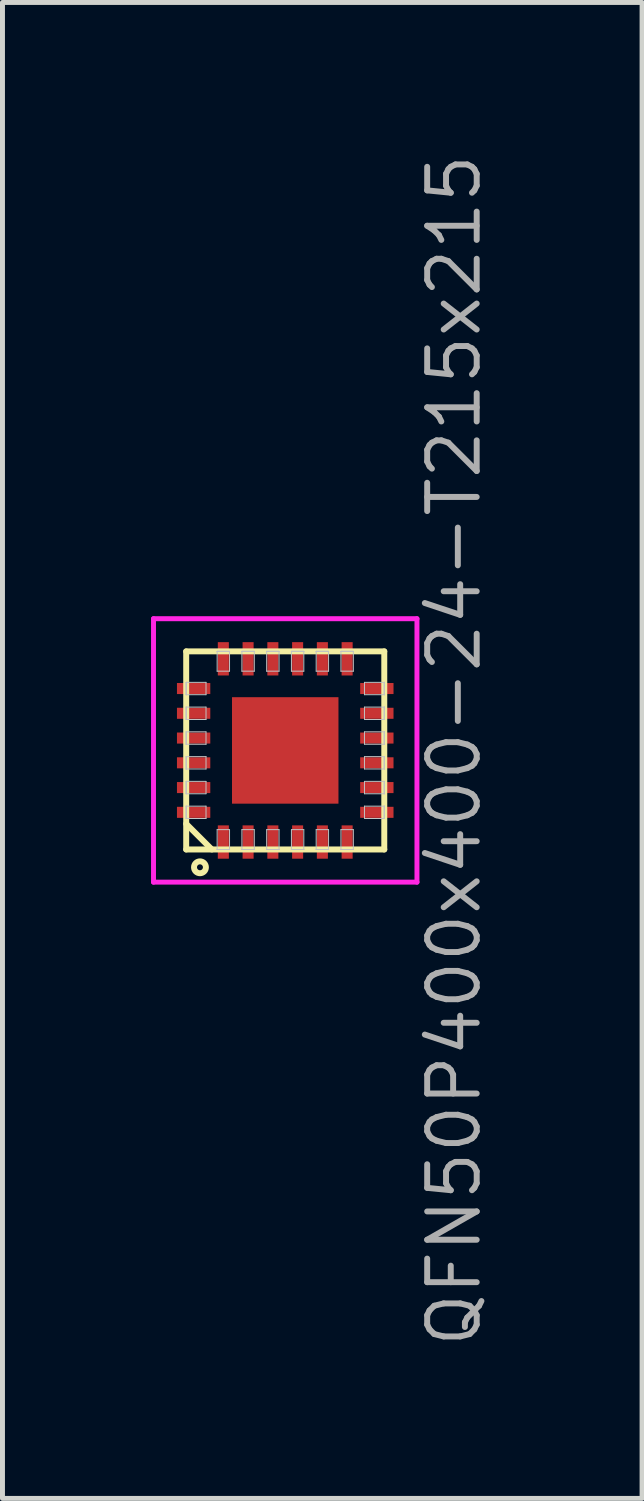
<source format=kicad_pcb>
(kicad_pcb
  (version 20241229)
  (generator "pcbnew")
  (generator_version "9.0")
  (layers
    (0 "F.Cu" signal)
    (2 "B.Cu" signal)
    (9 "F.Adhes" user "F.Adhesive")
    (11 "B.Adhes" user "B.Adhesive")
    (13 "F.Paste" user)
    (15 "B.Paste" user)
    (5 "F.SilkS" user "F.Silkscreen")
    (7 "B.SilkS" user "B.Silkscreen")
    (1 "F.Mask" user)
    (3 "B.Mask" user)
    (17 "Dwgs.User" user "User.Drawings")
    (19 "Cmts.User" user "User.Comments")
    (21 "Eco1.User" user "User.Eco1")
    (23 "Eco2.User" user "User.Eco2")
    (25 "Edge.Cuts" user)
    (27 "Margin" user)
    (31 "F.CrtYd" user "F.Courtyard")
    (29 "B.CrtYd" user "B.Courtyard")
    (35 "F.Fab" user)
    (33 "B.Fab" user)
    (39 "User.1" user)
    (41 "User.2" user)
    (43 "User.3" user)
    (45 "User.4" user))
  (footprint "QFN50P400x400-24-T215x215"
    (layer "F.Cu")
    (at 2.71 12.104)
    (property "Reference" "QFN50P400x400-24-T215x215" (at 3.41 0 90) (layer "F.Fab") (effects (font (size 1 1) (thickness 0.12))))
    (attr through_hole)
    (fp_line (start -2 -2) (end -2 2) (stroke (width 0.12) (type solid)) (layer "F.SilkS"))
    (fp_line (start -2 1.482) (end -1.482 2) (stroke (width 0.12) (type solid)) (layer "F.SilkS"))
    (fp_line (start -2 2) (end 2 2) (stroke (width 0.12) (type solid)) (layer "F.SilkS"))
    (fp_line (start 2 -2) (end -2 -2) (stroke (width 0.12) (type solid)) (layer "F.SilkS"))
    (fp_line (start 2 2) (end 2 -2) (stroke (width 0.12) (type solid)) (layer "F.SilkS"))
    (fp_circle (center -1.722 2.36) (end -1.602 2.36) (stroke (width 0.12) (type solid)) (fill no) (layer "F.SilkS"))
    (fp_line (start -2 -1.375) (end -2 -1.375) (stroke (width 0.02) (type solid)) (layer "Dwgs.User"))
    (fp_line (start -2 -1.375) (end -2 -1.125) (stroke (width 0.02) (type solid)) (layer "Dwgs.User"))
    (fp_line (start -2 -1.375) (end -1.6 -1.375) (stroke (width 0.02) (type solid)) (layer "Dwgs.User"))
    (fp_line (start -2 -1.125) (end -2 -1.375) (stroke (width 0.02) (type solid)) (layer "Dwgs.User"))
    (fp_line (start -2 -1.125) (end -2 -1.375) (stroke (width 0.02) (type solid)) (layer "Dwgs.User"))
    (fp_line (start -2 -1.125) (end -2 -1.125) (stroke (width 0.02) (type solid)) (layer "Dwgs.User"))
    (fp_line (start -2 -0.875) (end -2 -0.875) (stroke (width 0.02) (type solid)) (layer "Dwgs.User"))
    (fp_line (start -2 -0.875) (end -2 -0.625) (stroke (width 0.02) (type solid)) (layer "Dwgs.User"))
    (fp_line (start -2 -0.875) (end -1.6 -0.875) (stroke (width 0.02) (type solid)) (layer "Dwgs.User"))
    (fp_line (start -2 -0.625) (end -2 -0.875) (stroke (width 0.02) (type solid)) (layer "Dwgs.User"))
    (fp_line (start -2 -0.625) (end -2 -0.875) (stroke (width 0.02) (type solid)) (layer "Dwgs.User"))
    (fp_line (start -2 -0.625) (end -2 -0.625) (stroke (width 0.02) (type solid)) (layer "Dwgs.User"))
    (fp_line (start -2 -0.375) (end -2 -0.375) (stroke (width 0.02) (type solid)) (layer "Dwgs.User"))
    (fp_line (start -2 -0.375) (end -2 -0.125) (stroke (width 0.02) (type solid)) (layer "Dwgs.User"))
    (fp_line (start -2 -0.375) (end -1.6 -0.375) (stroke (width 0.02) (type solid)) (layer "Dwgs.User"))
    (fp_line (start -2 -0.125) (end -2 -0.375) (stroke (width 0.02) (type solid)) (layer "Dwgs.User"))
    (fp_line (start -2 -0.125) (end -2 -0.375) (stroke (width 0.02) (type solid)) (layer "Dwgs.User"))
    (fp_line (start -2 -0.125) (end -2 -0.125) (stroke (width 0.02) (type solid)) (layer "Dwgs.User"))
    (fp_line (start -2 0.125) (end -2 0.125) (stroke (width 0.02) (type solid)) (layer "Dwgs.User"))
    (fp_line (start -2 0.125) (end -2 0.375) (stroke (width 0.02) (type solid)) (layer "Dwgs.User"))
    (fp_line (start -2 0.125) (end -1.6 0.125) (stroke (width 0.02) (type solid)) (layer "Dwgs.User"))
    (fp_line (start -2 0.375) (end -2 0.125) (stroke (width 0.02) (type solid)) (layer "Dwgs.User"))
    (fp_line (start -2 0.375) (end -2 0.125) (stroke (width 0.02) (type solid)) (layer "Dwgs.User"))
    (fp_line (start -2 0.375) (end -2 0.375) (stroke (width 0.02) (type solid)) (layer "Dwgs.User"))
    (fp_line (start -2 0.625) (end -2 0.625) (stroke (width 0.02) (type solid)) (layer "Dwgs.User"))
    (fp_line (start -2 0.625) (end -2 0.875) (stroke (width 0.02) (type solid)) (layer "Dwgs.User"))
    (fp_line (start -2 0.625) (end -1.6 0.625) (stroke (width 0.02) (type solid)) (layer "Dwgs.User"))
    (fp_line (start -2 0.875) (end -2 0.625) (stroke (width 0.02) (type solid)) (layer "Dwgs.User"))
    (fp_line (start -2 0.875) (end -2 0.625) (stroke (width 0.02) (type solid)) (layer "Dwgs.User"))
    (fp_line (start -2 0.875) (end -2 0.875) (stroke (width 0.02) (type solid)) (layer "Dwgs.User"))
    (fp_line (start -2 1.125) (end -2 1.125) (stroke (width 0.02) (type solid)) (layer "Dwgs.User"))
    (fp_line (start -2 1.125) (end -2 1.375) (stroke (width 0.02) (type solid)) (layer "Dwgs.User"))
    (fp_line (start -2 1.125) (end -1.6 1.125) (stroke (width 0.02) (type solid)) (layer "Dwgs.User"))
    (fp_line (start -2 1.375) (end -2 1.125) (stroke (width 0.02) (type solid)) (layer "Dwgs.User"))
    (fp_line (start -2 1.375) (end -2 1.125) (stroke (width 0.02) (type solid)) (layer "Dwgs.User"))
    (fp_line (start -2 1.375) (end -2 1.375) (stroke (width 0.02) (type solid)) (layer "Dwgs.User"))
    (fp_line (start -1.6 -1.375) (end -1.6 -1.125) (stroke (width 0.02) (type solid)) (layer "Dwgs.User"))
    (fp_line (start -1.6 -1.125) (end -2 -1.125) (stroke (width 0.02) (type solid)) (layer "Dwgs.User"))
    (fp_line (start -1.6 -0.875) (end -1.6 -0.625) (stroke (width 0.02) (type solid)) (layer "Dwgs.User"))
    (fp_line (start -1.6 -0.625) (end -2 -0.625) (stroke (width 0.02) (type solid)) (layer "Dwgs.User"))
    (fp_line (start -1.6 -0.375) (end -1.6 -0.125) (stroke (width 0.02) (type solid)) (layer "Dwgs.User"))
    (fp_line (start -1.6 -0.125) (end -2 -0.125) (stroke (width 0.02) (type solid)) (layer "Dwgs.User"))
    (fp_line (start -1.6 0.125) (end -1.6 0.375) (stroke (width 0.02) (type solid)) (layer "Dwgs.User"))
    (fp_line (start -1.6 0.375) (end -2 0.375) (stroke (width 0.02) (type solid)) (layer "Dwgs.User"))
    (fp_line (start -1.6 0.625) (end -1.6 0.875) (stroke (width 0.02) (type solid)) (layer "Dwgs.User"))
    (fp_line (start -1.6 0.875) (end -2 0.875) (stroke (width 0.02) (type solid)) (layer "Dwgs.User"))
    (fp_line (start -1.6 1.125) (end -1.6 1.375) (stroke (width 0.02) (type solid)) (layer "Dwgs.User"))
    (fp_line (start -1.6 1.375) (end -2 1.375) (stroke (width 0.02) (type solid)) (layer "Dwgs.User"))
    (fp_line (start -1.375 -2) (end -1.375 -2) (stroke (width 0.02) (type solid)) (layer "Dwgs.User"))
    (fp_line (start -1.375 -2) (end -1.125 -2) (stroke (width 0.02) (type solid)) (layer "Dwgs.User"))
    (fp_line (start -1.375 -2) (end -1.125 -2) (stroke (width 0.02) (type solid)) (layer "Dwgs.User"))
    (fp_line (start -1.375 -1.6) (end -1.375 -2) (stroke (width 0.02) (type solid)) (layer "Dwgs.User"))
    (fp_line (start -1.375 1.6) (end -1.375 2) (stroke (width 0.02) (type solid)) (layer "Dwgs.User"))
    (fp_line (start -1.375 2) (end -1.375 2) (stroke (width 0.02) (type solid)) (layer "Dwgs.User"))
    (fp_line (start -1.375 2) (end -1.125 2) (stroke (width 0.02) (type solid)) (layer "Dwgs.User"))
    (fp_line (start -1.375 2) (end -1.125 2) (stroke (width 0.02) (type solid)) (layer "Dwgs.User"))
    (fp_line (start -1.125 -2) (end -1.375 -2) (stroke (width 0.02) (type solid)) (layer "Dwgs.User"))
    (fp_line (start -1.125 -2) (end -1.125 -2) (stroke (width 0.02) (type solid)) (layer "Dwgs.User"))
    (fp_line (start -1.125 -2) (end -1.125 -1.6) (stroke (width 0.02) (type solid)) (layer "Dwgs.User"))
    (fp_line (start -1.125 -1.6) (end -1.375 -1.6) (stroke (width 0.02) (type solid)) (layer "Dwgs.User"))
    (fp_line (start -1.125 1.6) (end -1.375 1.6) (stroke (width 0.02) (type solid)) (layer "Dwgs.User"))
    (fp_line (start -1.125 2) (end -1.375 2) (stroke (width 0.02) (type solid)) (layer "Dwgs.User"))
    (fp_line (start -1.125 2) (end -1.125 1.6) (stroke (width 0.02) (type solid)) (layer "Dwgs.User"))
    (fp_line (start -1.125 2) (end -1.125 2) (stroke (width 0.02) (type solid)) (layer "Dwgs.User"))
    (fp_line (start -0.875 -2) (end -0.875 -2) (stroke (width 0.02) (type solid)) (layer "Dwgs.User"))
    (fp_line (start -0.875 -2) (end -0.625 -2) (stroke (width 0.02) (type solid)) (layer "Dwgs.User"))
    (fp_line (start -0.875 -2) (end -0.625 -2) (stroke (width 0.02) (type solid)) (layer "Dwgs.User"))
    (fp_line (start -0.875 -1.6) (end -0.875 -2) (stroke (width 0.02) (type solid)) (layer "Dwgs.User"))
    (fp_line (start -0.875 1.6) (end -0.875 2) (stroke (width 0.02) (type solid)) (layer "Dwgs.User"))
    (fp_line (start -0.875 2) (end -0.875 2) (stroke (width 0.02) (type solid)) (layer "Dwgs.User"))
    (fp_line (start -0.875 2) (end -0.625 2) (stroke (width 0.02) (type solid)) (layer "Dwgs.User"))
    (fp_line (start -0.875 2) (end -0.625 2) (stroke (width 0.02) (type solid)) (layer "Dwgs.User"))
    (fp_line (start -0.625 -2) (end -0.875 -2) (stroke (width 0.02) (type solid)) (layer "Dwgs.User"))
    (fp_line (start -0.625 -2) (end -0.625 -2) (stroke (width 0.02) (type solid)) (layer "Dwgs.User"))
    (fp_line (start -0.625 -2) (end -0.625 -1.6) (stroke (width 0.02) (type solid)) (layer "Dwgs.User"))
    (fp_line (start -0.625 -1.6) (end -0.875 -1.6) (stroke (width 0.02) (type solid)) (layer "Dwgs.User"))
    (fp_line (start -0.625 1.6) (end -0.875 1.6) (stroke (width 0.02) (type solid)) (layer "Dwgs.User"))
    (fp_line (start -0.625 2) (end -0.875 2) (stroke (width 0.02) (type solid)) (layer "Dwgs.User"))
    (fp_line (start -0.625 2) (end -0.625 1.6) (stroke (width 0.02) (type solid)) (layer "Dwgs.User"))
    (fp_line (start -0.625 2) (end -0.625 2) (stroke (width 0.02) (type solid)) (layer "Dwgs.User"))
    (fp_line (start -0.375 -2) (end -0.375 -2) (stroke (width 0.02) (type solid)) (layer "Dwgs.User"))
    (fp_line (start -0.375 -2) (end -0.125 -2) (stroke (width 0.02) (type solid)) (layer "Dwgs.User"))
    (fp_line (start -0.375 -2) (end -0.125 -2) (stroke (width 0.02) (type solid)) (layer "Dwgs.User"))
    (fp_line (start -0.375 -1.6) (end -0.375 -2) (stroke (width 0.02) (type solid)) (layer "Dwgs.User"))
    (fp_line (start -0.375 1.6) (end -0.375 2) (stroke (width 0.02) (type solid)) (layer "Dwgs.User"))
    (fp_line (start -0.375 2) (end -0.375 2) (stroke (width 0.02) (type solid)) (layer "Dwgs.User"))
    (fp_line (start -0.375 2) (end -0.125 2) (stroke (width 0.02) (type solid)) (layer "Dwgs.User"))
    (fp_line (start -0.375 2) (end -0.125 2) (stroke (width 0.02) (type solid)) (layer "Dwgs.User"))
    (fp_line (start -0.125 -2) (end -0.375 -2) (stroke (width 0.02) (type solid)) (layer "Dwgs.User"))
    (fp_line (start -0.125 -2) (end -0.125 -2) (stroke (width 0.02) (type solid)) (layer "Dwgs.User"))
    (fp_line (start -0.125 -2) (end -0.125 -1.6) (stroke (width 0.02) (type solid)) (layer "Dwgs.User"))
    (fp_line (start -0.125 -1.6) (end -0.375 -1.6) (stroke (width 0.02) (type solid)) (layer "Dwgs.User"))
    (fp_line (start -0.125 1.6) (end -0.375 1.6) (stroke (width 0.02) (type solid)) (layer "Dwgs.User"))
    (fp_line (start -0.125 2) (end -0.375 2) (stroke (width 0.02) (type solid)) (layer "Dwgs.User"))
    (fp_line (start -0.125 2) (end -0.125 1.6) (stroke (width 0.02) (type solid)) (layer "Dwgs.User"))
    (fp_line (start -0.125 2) (end -0.125 2) (stroke (width 0.02) (type solid)) (layer "Dwgs.User"))
    (fp_line (start 0.125 -2) (end 0.125 -2) (stroke (width 0.02) (type solid)) (layer "Dwgs.User"))
    (fp_line (start 0.125 -2) (end 0.375 -2) (stroke (width 0.02) (type solid)) (layer "Dwgs.User"))
    (fp_line (start 0.125 -2) (end 0.375 -2) (stroke (width 0.02) (type solid)) (layer "Dwgs.User"))
    (fp_line (start 0.125 -1.6) (end 0.125 -2) (stroke (width 0.02) (type solid)) (layer "Dwgs.User"))
    (fp_line (start 0.125 1.6) (end 0.125 2) (stroke (width 0.02) (type solid)) (layer "Dwgs.User"))
    (fp_line (start 0.125 2) (end 0.125 2) (stroke (width 0.02) (type solid)) (layer "Dwgs.User"))
    (fp_line (start 0.125 2) (end 0.375 2) (stroke (width 0.02) (type solid)) (layer "Dwgs.User"))
    (fp_line (start 0.125 2) (end 0.375 2) (stroke (width 0.02) (type solid)) (layer "Dwgs.User"))
    (fp_line (start 0.375 -2) (end 0.125 -2) (stroke (width 0.02) (type solid)) (layer "Dwgs.User"))
    (fp_line (start 0.375 -2) (end 0.375 -2) (stroke (width 0.02) (type solid)) (layer "Dwgs.User"))
    (fp_line (start 0.375 -2) (end 0.375 -1.6) (stroke (width 0.02) (type solid)) (layer "Dwgs.User"))
    (fp_line (start 0.375 -1.6) (end 0.125 -1.6) (stroke (width 0.02) (type solid)) (layer "Dwgs.User"))
    (fp_line (start 0.375 1.6) (end 0.125 1.6) (stroke (width 0.02) (type solid)) (layer "Dwgs.User"))
    (fp_line (start 0.375 2) (end 0.125 2) (stroke (width 0.02) (type solid)) (layer "Dwgs.User"))
    (fp_line (start 0.375 2) (end 0.375 1.6) (stroke (width 0.02) (type solid)) (layer "Dwgs.User"))
    (fp_line (start 0.375 2) (end 0.375 2) (stroke (width 0.02) (type solid)) (layer "Dwgs.User"))
    (fp_line (start 0.625 -2) (end 0.625 -2) (stroke (width 0.02) (type solid)) (layer "Dwgs.User"))
    (fp_line (start 0.625 -2) (end 0.875 -2) (stroke (width 0.02) (type solid)) (layer "Dwgs.User"))
    (fp_line (start 0.625 -2) (end 0.875 -2) (stroke (width 0.02) (type solid)) (layer "Dwgs.User"))
    (fp_line (start 0.625 -1.6) (end 0.625 -2) (stroke (width 0.02) (type solid)) (layer "Dwgs.User"))
    (fp_line (start 0.625 1.6) (end 0.625 2) (stroke (width 0.02) (type solid)) (layer "Dwgs.User"))
    (fp_line (start 0.625 2) (end 0.625 2) (stroke (width 0.02) (type solid)) (layer "Dwgs.User"))
    (fp_line (start 0.625 2) (end 0.875 2) (stroke (width 0.02) (type solid)) (layer "Dwgs.User"))
    (fp_line (start 0.625 2) (end 0.875 2) (stroke (width 0.02) (type solid)) (layer "Dwgs.User"))
    (fp_line (start 0.875 -2) (end 0.625 -2) (stroke (width 0.02) (type solid)) (layer "Dwgs.User"))
    (fp_line (start 0.875 -2) (end 0.875 -2) (stroke (width 0.02) (type solid)) (layer "Dwgs.User"))
    (fp_line (start 0.875 -2) (end 0.875 -1.6) (stroke (width 0.02) (type solid)) (layer "Dwgs.User"))
    (fp_line (start 0.875 -1.6) (end 0.625 -1.6) (stroke (width 0.02) (type solid)) (layer "Dwgs.User"))
    (fp_line (start 0.875 1.6) (end 0.625 1.6) (stroke (width 0.02) (type solid)) (layer "Dwgs.User"))
    (fp_line (start 0.875 2) (end 0.625 2) (stroke (width 0.02) (type solid)) (layer "Dwgs.User"))
    (fp_line (start 0.875 2) (end 0.875 1.6) (stroke (width 0.02) (type solid)) (layer "Dwgs.User"))
    (fp_line (start 0.875 2) (end 0.875 2) (stroke (width 0.02) (type solid)) (layer "Dwgs.User"))
    (fp_line (start 1.125 -2) (end 1.125 -2) (stroke (width 0.02) (type solid)) (layer "Dwgs.User"))
    (fp_line (start 1.125 -2) (end 1.375 -2) (stroke (width 0.02) (type solid)) (layer "Dwgs.User"))
    (fp_line (start 1.125 -2) (end 1.375 -2) (stroke (width 0.02) (type solid)) (layer "Dwgs.User"))
    (fp_line (start 1.125 -1.6) (end 1.125 -2) (stroke (width 0.02) (type solid)) (layer "Dwgs.User"))
    (fp_line (start 1.125 1.6) (end 1.125 2) (stroke (width 0.02) (type solid)) (layer "Dwgs.User"))
    (fp_line (start 1.125 2) (end 1.125 2) (stroke (width 0.02) (type solid)) (layer "Dwgs.User"))
    (fp_line (start 1.125 2) (end 1.375 2) (stroke (width 0.02) (type solid)) (layer "Dwgs.User"))
    (fp_line (start 1.125 2) (end 1.375 2) (stroke (width 0.02) (type solid)) (layer "Dwgs.User"))
    (fp_line (start 1.375 -2) (end 1.125 -2) (stroke (width 0.02) (type solid)) (layer "Dwgs.User"))
    (fp_line (start 1.375 -2) (end 1.375 -2) (stroke (width 0.02) (type solid)) (layer "Dwgs.User"))
    (fp_line (start 1.375 -2) (end 1.375 -1.6) (stroke (width 0.02) (type solid)) (layer "Dwgs.User"))
    (fp_line (start 1.375 -1.6) (end 1.125 -1.6) (stroke (width 0.02) (type solid)) (layer "Dwgs.User"))
    (fp_line (start 1.375 1.6) (end 1.125 1.6) (stroke (width 0.02) (type solid)) (layer "Dwgs.User"))
    (fp_line (start 1.375 2) (end 1.125 2) (stroke (width 0.02) (type solid)) (layer "Dwgs.User"))
    (fp_line (start 1.375 2) (end 1.375 1.6) (stroke (width 0.02) (type solid)) (layer "Dwgs.User"))
    (fp_line (start 1.375 2) (end 1.375 2) (stroke (width 0.02) (type solid)) (layer "Dwgs.User"))
    (fp_line (start 1.6 -1.375) (end 1.6 -1.125) (stroke (width 0.02) (type solid)) (layer "Dwgs.User"))
    (fp_line (start 1.6 -1.125) (end 2 -1.125) (stroke (width 0.02) (type solid)) (layer "Dwgs.User"))
    (fp_line (start 1.6 -0.875) (end 1.6 -0.625) (stroke (width 0.02) (type solid)) (layer "Dwgs.User"))
    (fp_line (start 1.6 -0.625) (end 2 -0.625) (stroke (width 0.02) (type solid)) (layer "Dwgs.User"))
    (fp_line (start 1.6 -0.375) (end 1.6 -0.125) (stroke (width 0.02) (type solid)) (layer "Dwgs.User"))
    (fp_line (start 1.6 -0.125) (end 2 -0.125) (stroke (width 0.02) (type solid)) (layer "Dwgs.User"))
    (fp_line (start 1.6 0.125) (end 1.6 0.375) (stroke (width 0.02) (type solid)) (layer "Dwgs.User"))
    (fp_line (start 1.6 0.375) (end 2 0.375) (stroke (width 0.02) (type solid)) (layer "Dwgs.User"))
    (fp_line (start 1.6 0.625) (end 1.6 0.875) (stroke (width 0.02) (type solid)) (layer "Dwgs.User"))
    (fp_line (start 1.6 0.875) (end 2 0.875) (stroke (width 0.02) (type solid)) (layer "Dwgs.User"))
    (fp_line (start 1.6 1.125) (end 1.6 1.375) (stroke (width 0.02) (type solid)) (layer "Dwgs.User"))
    (fp_line (start 1.6 1.375) (end 2 1.375) (stroke (width 0.02) (type solid)) (layer "Dwgs.User"))
    (fp_line (start 2 -1.375) (end 1.6 -1.375) (stroke (width 0.02) (type solid)) (layer "Dwgs.User"))
    (fp_line (start 2 -1.375) (end 2 -1.375) (stroke (width 0.02) (type solid)) (layer "Dwgs.User"))
    (fp_line (start 2 -1.375) (end 2 -1.125) (stroke (width 0.02) (type solid)) (layer "Dwgs.User"))
    (fp_line (start 2 -1.125) (end 2 -1.375) (stroke (width 0.02) (type solid)) (layer "Dwgs.User"))
    (fp_line (start 2 -1.125) (end 2 -1.375) (stroke (width 0.02) (type solid)) (layer "Dwgs.User"))
    (fp_line (start 2 -1.125) (end 2 -1.125) (stroke (width 0.02) (type solid)) (layer "Dwgs.User"))
    (fp_line (start 2 -0.875) (end 1.6 -0.875) (stroke (width 0.02) (type solid)) (layer "Dwgs.User"))
    (fp_line (start 2 -0.875) (end 2 -0.875) (stroke (width 0.02) (type solid)) (layer "Dwgs.User"))
    (fp_line (start 2 -0.875) (end 2 -0.625) (stroke (width 0.02) (type solid)) (layer "Dwgs.User"))
    (fp_line (start 2 -0.625) (end 2 -0.875) (stroke (width 0.02) (type solid)) (layer "Dwgs.User"))
    (fp_line (start 2 -0.625) (end 2 -0.875) (stroke (width 0.02) (type solid)) (layer "Dwgs.User"))
    (fp_line (start 2 -0.625) (end 2 -0.625) (stroke (width 0.02) (type solid)) (layer "Dwgs.User"))
    (fp_line (start 2 -0.375) (end 1.6 -0.375) (stroke (width 0.02) (type solid)) (layer "Dwgs.User"))
    (fp_line (start 2 -0.375) (end 2 -0.375) (stroke (width 0.02) (type solid)) (layer "Dwgs.User"))
    (fp_line (start 2 -0.375) (end 2 -0.125) (stroke (width 0.02) (type solid)) (layer "Dwgs.User"))
    (fp_line (start 2 -0.125) (end 2 -0.375) (stroke (width 0.02) (type solid)) (layer "Dwgs.User"))
    (fp_line (start 2 -0.125) (end 2 -0.375) (stroke (width 0.02) (type solid)) (layer "Dwgs.User"))
    (fp_line (start 2 -0.125) (end 2 -0.125) (stroke (width 0.02) (type solid)) (layer "Dwgs.User"))
    (fp_line (start 2 0.125) (end 1.6 0.125) (stroke (width 0.02) (type solid)) (layer "Dwgs.User"))
    (fp_line (start 2 0.125) (end 2 0.125) (stroke (width 0.02) (type solid)) (layer "Dwgs.User"))
    (fp_line (start 2 0.125) (end 2 0.375) (stroke (width 0.02) (type solid)) (layer "Dwgs.User"))
    (fp_line (start 2 0.375) (end 2 0.125) (stroke (width 0.02) (type solid)) (layer "Dwgs.User"))
    (fp_line (start 2 0.375) (end 2 0.125) (stroke (width 0.02) (type solid)) (layer "Dwgs.User"))
    (fp_line (start 2 0.375) (end 2 0.375) (stroke (width 0.02) (type solid)) (layer "Dwgs.User"))
    (fp_line (start 2 0.625) (end 1.6 0.625) (stroke (width 0.02) (type solid)) (layer "Dwgs.User"))
    (fp_line (start 2 0.625) (end 2 0.625) (stroke (width 0.02) (type solid)) (layer "Dwgs.User"))
    (fp_line (start 2 0.625) (end 2 0.875) (stroke (width 0.02) (type solid)) (layer "Dwgs.User"))
    (fp_line (start 2 0.875) (end 2 0.625) (stroke (width 0.02) (type solid)) (layer "Dwgs.User"))
    (fp_line (start 2 0.875) (end 2 0.625) (stroke (width 0.02) (type solid)) (layer "Dwgs.User"))
    (fp_line (start 2 0.875) (end 2 0.875) (stroke (width 0.02) (type solid)) (layer "Dwgs.User"))
    (fp_line (start 2 1.125) (end 1.6 1.125) (stroke (width 0.02) (type solid)) (layer "Dwgs.User"))
    (fp_line (start 2 1.125) (end 2 1.125) (stroke (width 0.02) (type solid)) (layer "Dwgs.User"))
    (fp_line (start 2 1.125) (end 2 1.375) (stroke (width 0.02) (type solid)) (layer "Dwgs.User"))
    (fp_line (start 2 1.375) (end 2 1.125) (stroke (width 0.02) (type solid)) (layer "Dwgs.User"))
    (fp_line (start 2 1.375) (end 2 1.125) (stroke (width 0.02) (type solid)) (layer "Dwgs.User"))
    (fp_line (start 2 1.375) (end 2 1.375) (stroke (width 0.02) (type solid)) (layer "Dwgs.User"))
    (fp_line (start -0.75 0) (end 0.75 0) (stroke (width 0.12) (type solid)) (layer "Eco1.User"))
    (fp_line (start 0 -0.75) (end 0 0.75) (stroke (width 0.12) (type solid)) (layer "Eco1.User"))
    (fp_circle (center 0 0) (end 0.5 0) (stroke (width 0.12) (type solid)) (fill no) (layer "Eco1.User"))
    (fp_line (start -2.66 -2.66) (end -2.66 2.66) (stroke (width 0.1) (type solid)) (layer "F.CrtYd"))
    (fp_line (start -2.66 2.66) (end 2.66 2.66) (stroke (width 0.1) (type solid)) (layer "F.CrtYd"))
    (fp_line (start 2.66 -2.66) (end -2.66 -2.66) (stroke (width 0.1) (type solid)) (layer "F.CrtYd"))
    (fp_line (start 2.66 2.66) (end 2.66 -2.66) (stroke (width 0.1) (type solid)) (layer "F.CrtYd"))
    (pad "1" smd rect (at -1.25 1.85) (size 0.223 0.673) (layers "F.Cu" "F.Mask" "F.Paste"))
    (pad "2" smd rect (at -0.75 1.85) (size 0.223 0.673) (layers "F.Cu" "F.Mask" "F.Paste"))
    (pad "3" smd rect (at -0.25 1.85) (size 0.223 0.673) (layers "F.Cu" "F.Mask" "F.Paste"))
    (pad "4" smd rect (at 0.25 1.85) (size 0.223 0.673) (layers "F.Cu" "F.Mask" "F.Paste"))
    (pad "5" smd rect (at 0.75 1.85) (size 0.223 0.673) (layers "F.Cu" "F.Mask" "F.Paste"))
    (pad "6" smd rect (at 1.25 1.85) (size 0.223 0.673) (layers "F.Cu" "F.Mask" "F.Paste"))
    (pad "7" smd rect (at 1.85 1.25) (size 0.673 0.223) (layers "F.Cu" "F.Mask" "F.Paste"))
    (pad "8" smd rect (at 1.85 0.75) (size 0.673 0.223) (layers "F.Cu" "F.Mask" "F.Paste"))
    (pad "9" smd rect (at 1.85 0.25) (size 0.673 0.223) (layers "F.Cu" "F.Mask" "F.Paste"))
    (pad "10" smd rect (at 1.85 -0.25) (size 0.673 0.223) (layers "F.Cu" "F.Mask" "F.Paste"))
    (pad "11" smd rect (at 1.85 -0.75) (size 0.673 0.223) (layers "F.Cu" "F.Mask" "F.Paste"))
    (pad "12" smd rect (at 1.85 -1.25) (size 0.673 0.223) (layers "F.Cu" "F.Mask" "F.Paste"))
    (pad "13" smd rect (at 1.25 -1.85) (size 0.223 0.673) (layers "F.Cu" "F.Mask" "F.Paste"))
    (pad "14" smd rect (at 0.75 -1.85) (size 0.223 0.673) (layers "F.Cu" "F.Mask" "F.Paste"))
    (pad "15" smd rect (at 0.25 -1.85) (size 0.223 0.673) (layers "F.Cu" "F.Mask" "F.Paste"))
    (pad "16" smd rect (at -0.25 -1.85) (size 0.223 0.673) (layers "F.Cu" "F.Mask" "F.Paste"))
    (pad "17" smd rect (at -0.75 -1.85) (size 0.223 0.673) (layers "F.Cu" "F.Mask" "F.Paste"))
    (pad "18" smd rect (at -1.25 -1.85) (size 0.223 0.673) (layers "F.Cu" "F.Mask" "F.Paste"))
    (pad "19" smd rect (at -1.85 -1.25) (size 0.673 0.223) (layers "F.Cu" "F.Mask" "F.Paste"))
    (pad "20" smd rect (at -1.85 -0.75) (size 0.673 0.223) (layers "F.Cu" "F.Mask" "F.Paste"))
    (pad "21" smd rect (at -1.85 -0.25) (size 0.673 0.223) (layers "F.Cu" "F.Mask" "F.Paste"))
    (pad "22" smd rect (at -1.85 0.25) (size 0.673 0.223) (layers "F.Cu" "F.Mask" "F.Paste"))
    (pad "23" smd rect (at -1.85 0.75) (size 0.673 0.223) (layers "F.Cu" "F.Mask" "F.Paste"))
    (pad "24" smd rect (at -1.85 1.25) (size 0.673 0.223) (layers "F.Cu" "F.Mask" "F.Paste"))
    (pad "EP" smd rect (at 0 0) (size 2.15 2.15) (layers "F.Cu" "F.Mask" "F.Paste")))
  (gr_rect
    (start -3 -3)
    (end 9.916 27.208)
    (stroke (width 0.1) (type default))
    (fill no)
    (layer "Edge.Cuts")))
</source>
